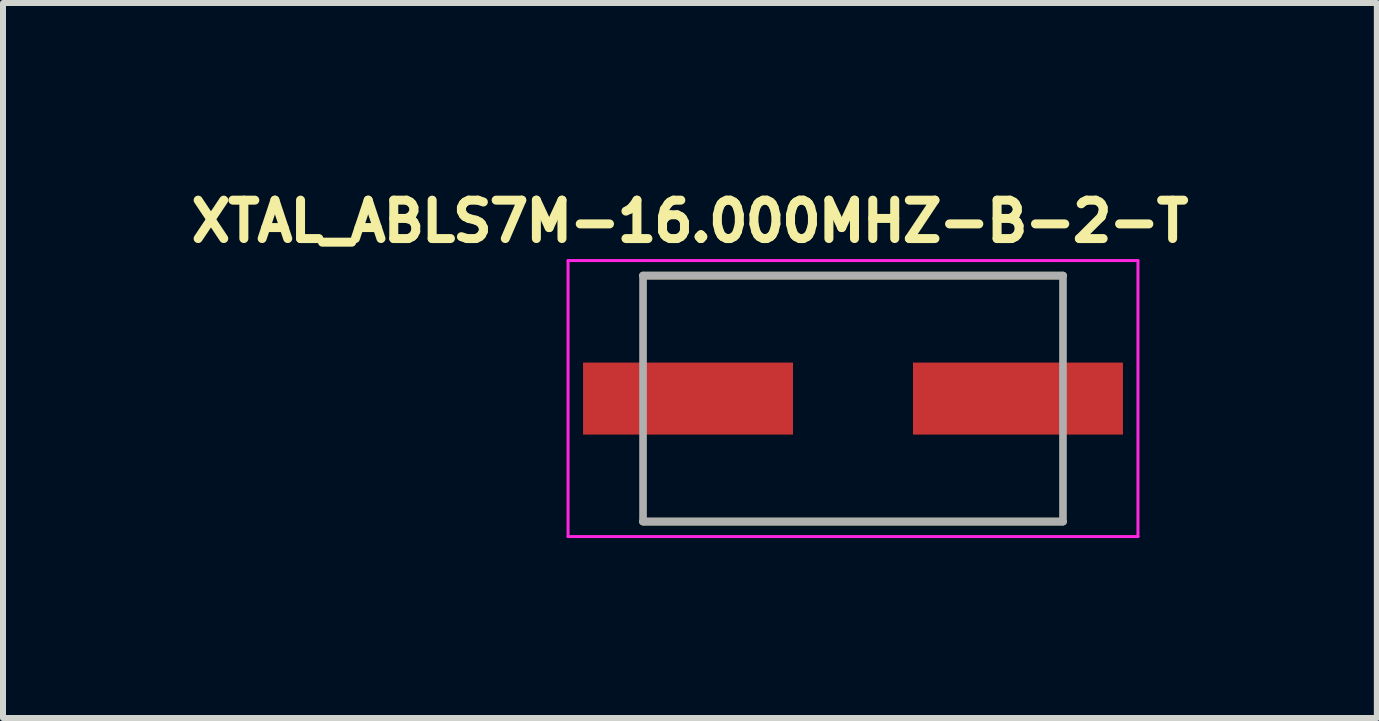
<source format=kicad_pcb>
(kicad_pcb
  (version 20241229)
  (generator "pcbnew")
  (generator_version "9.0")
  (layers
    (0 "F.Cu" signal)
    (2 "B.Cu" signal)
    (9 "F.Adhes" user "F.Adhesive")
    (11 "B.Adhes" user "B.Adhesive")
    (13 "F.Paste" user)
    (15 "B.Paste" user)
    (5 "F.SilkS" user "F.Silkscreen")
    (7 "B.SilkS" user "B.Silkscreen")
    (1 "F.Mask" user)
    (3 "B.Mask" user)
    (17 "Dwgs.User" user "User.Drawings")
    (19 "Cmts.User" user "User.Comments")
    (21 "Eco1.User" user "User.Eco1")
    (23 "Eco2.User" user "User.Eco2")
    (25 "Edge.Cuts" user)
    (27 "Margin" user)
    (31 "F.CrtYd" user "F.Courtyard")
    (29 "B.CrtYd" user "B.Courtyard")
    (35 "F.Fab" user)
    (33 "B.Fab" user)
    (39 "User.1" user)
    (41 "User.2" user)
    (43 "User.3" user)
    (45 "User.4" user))
  (footprint "XTAL_ABLS7M-16.000MHZ-B-2-T"
    (layer "F.Cu")
    (at 11.169 3.594)
    (property "Reference" "XTAL_ABLS7M-16.000MHZ-B-2-T" (at -2.718 -2.956 0) (layer "F.SilkS") (effects (font (size 0.64 0.64) (thickness 0.15))))
    (attr smd)
    (fp_line (start -3.5 -2.05) (end 3.5 -2.05) (stroke (width 0.127) (type solid)) (layer "F.SilkS"))
    (fp_line (start -3.5 2.05) (end 3.5 2.05) (stroke (width 0.127) (type solid)) (layer "F.SilkS"))
    (fp_line (start -4.75 -2.3) (end -4.75 2.3) (stroke (width 0.05) (type solid)) (layer "F.CrtYd"))
    (fp_line (start -4.75 2.3) (end 4.75 2.3) (stroke (width 0.05) (type solid)) (layer "F.CrtYd"))
    (fp_line (start 4.75 -2.3) (end -4.75 -2.3) (stroke (width 0.05) (type solid)) (layer "F.CrtYd"))
    (fp_line (start 4.75 2.3) (end 4.75 -2.3) (stroke (width 0.05) (type solid)) (layer "F.CrtYd"))
    (fp_line (start -3.5 -2.05) (end -3.5 2.05) (stroke (width 0.127) (type solid)) (layer "F.Fab"))
    (fp_line (start -3.5 -2.05) (end 3.5 -2.05) (stroke (width 0.127) (type solid)) (layer "F.Fab"))
    (fp_line (start -3.5 2.05) (end 3.5 2.05) (stroke (width 0.127) (type solid)) (layer "F.Fab"))
    (fp_line (start 3.5 -2.05) (end 3.5 2.05) (stroke (width 0.127) (type solid)) (layer "F.Fab"))
    (pad "1" smd rect (at -2.75 0) (size 3.5 1.2) (layers "F.Cu" "F.Mask" "F.Paste"))
    (pad "2" smd rect (at 2.75 0) (size 3.5 1.2) (layers "F.Cu" "F.Mask" "F.Paste")))
  (gr_rect
    (start -3 -3)
    (end 19.901 8.919)
    (stroke (width 0.1) (type default))
    (fill no)
    (layer "Edge.Cuts")))
</source>
